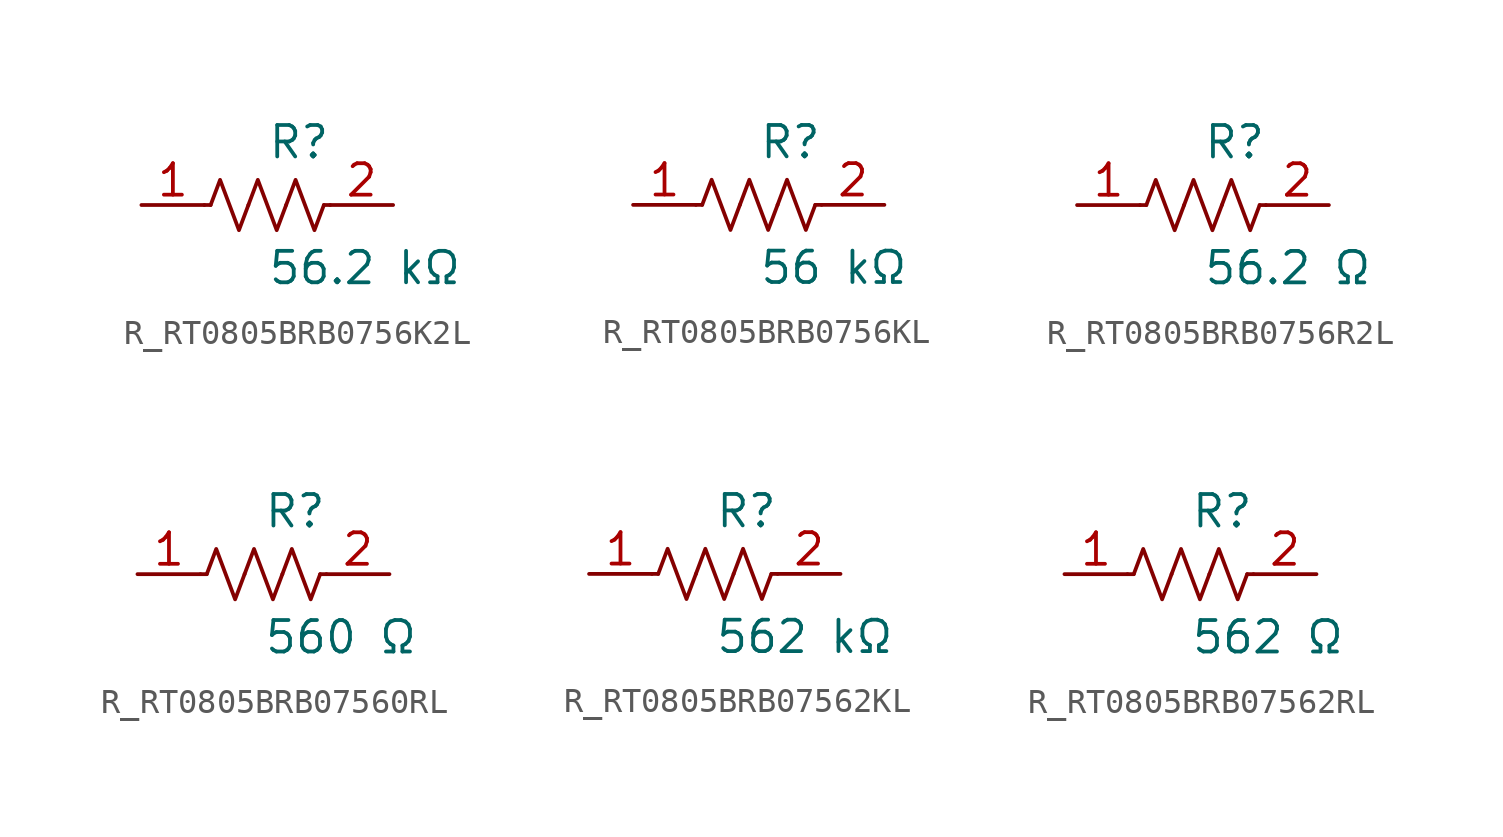
<source format=kicad_sym>
(kicad_symbol_lib
  (version 20231120)
  (generator kicad_symbol_editor)
  (generator_version 8.0)
  (symbol "R_RT0805BRB0756K2L"
    (pin_names
      (offset 0.254))
    (property "Reference" "R"
      (at 0 2.54 0)
      (effects (font (size 1.27 1.27)) (justify left)))
    (property "Value" "56.2 kΩ"
      (at 0 -2.54 0)
      (effects (font (size 1.27 1.27)) (justify left)))
    (symbol "R_RT0805BRB0756K2L_0_1"
      (polyline (pts (xy 2.286 0) (xy 2.54 0)) (stroke (width 0) (type default)) (fill (type none)))
      (polyline (pts (xy -2.286 0) (xy -2.54 0)) (stroke (width 0) (type default)) (fill (type none)))
      (polyline (pts (xy 0.762 0) (xy 1.143 1.016) (xy 1.524 0) (xy 1.905 -1.016) (xy 2.286 0)) (stroke (width 0) (type default)) (fill (type none)))
      (polyline (pts (xy -0.762 0) (xy -0.381 1.016) (xy 0 0) (xy 0.381 -1.016) (xy 0.762 0)) (stroke (width 0) (type default)) (fill (type none)))
      (polyline (pts (xy -2.286 0) (xy -1.905 1.016) (xy -1.524 0) (xy -1.143 -1.016) (xy -0.762 0)) (stroke (width 0) (type default)) (fill (type none))))
    (pin unspecified line
      (at -5.08 0 0)
      (length 2.54)
      (name "" (effects (font (size 1.27 1.27))))
      (number "1" (effects (font (size 1.27 1.27)))))
    (pin unspecified line
      (at 5.08 0 180)
      (length 2.54)
      (name "" (effects (font (size 1.27 1.27))))
      (number "2" (effects (font (size 1.27 1.27))))))
  (symbol "R_RT0805BRB0756KL"
    (pin_names
      (offset 0.254))
    (property "Reference" "R"
      (at 0 2.54 0)
      (effects (font (size 1.27 1.27)) (justify left)))
    (property "Value" "56 kΩ"
      (at 0 -2.54 0)
      (effects (font (size 1.27 1.27)) (justify left)))
    (symbol "R_RT0805BRB0756KL_0_1"
      (polyline (pts (xy 2.286 0) (xy 2.54 0)) (stroke (width 0) (type default)) (fill (type none)))
      (polyline (pts (xy -2.286 0) (xy -2.54 0)) (stroke (width 0) (type default)) (fill (type none)))
      (polyline (pts (xy 0.762 0) (xy 1.143 1.016) (xy 1.524 0) (xy 1.905 -1.016) (xy 2.286 0)) (stroke (width 0) (type default)) (fill (type none)))
      (polyline (pts (xy -0.762 0) (xy -0.381 1.016) (xy 0 0) (xy 0.381 -1.016) (xy 0.762 0)) (stroke (width 0) (type default)) (fill (type none)))
      (polyline (pts (xy -2.286 0) (xy -1.905 1.016) (xy -1.524 0) (xy -1.143 -1.016) (xy -0.762 0)) (stroke (width 0) (type default)) (fill (type none))))
    (pin unspecified line
      (at -5.08 0 0)
      (length 2.54)
      (name "" (effects (font (size 1.27 1.27))))
      (number "1" (effects (font (size 1.27 1.27)))))
    (pin unspecified line
      (at 5.08 0 180)
      (length 2.54)
      (name "" (effects (font (size 1.27 1.27))))
      (number "2" (effects (font (size 1.27 1.27))))))
  (symbol "R_RT0805BRB0756R2L"
    (pin_names
      (offset 0.254))
    (property "Reference" "R"
      (at 0 2.54 0)
      (effects (font (size 1.27 1.27)) (justify left)))
    (property "Value" "56.2 Ω"
      (at 0 -2.54 0)
      (effects (font (size 1.27 1.27)) (justify left)))
    (symbol "R_RT0805BRB0756R2L_0_1"
      (polyline (pts (xy 2.286 0) (xy 2.54 0)) (stroke (width 0) (type default)) (fill (type none)))
      (polyline (pts (xy -2.286 0) (xy -2.54 0)) (stroke (width 0) (type default)) (fill (type none)))
      (polyline (pts (xy 0.762 0) (xy 1.143 1.016) (xy 1.524 0) (xy 1.905 -1.016) (xy 2.286 0)) (stroke (width 0) (type default)) (fill (type none)))
      (polyline (pts (xy -0.762 0) (xy -0.381 1.016) (xy 0 0) (xy 0.381 -1.016) (xy 0.762 0)) (stroke (width 0) (type default)) (fill (type none)))
      (polyline (pts (xy -2.286 0) (xy -1.905 1.016) (xy -1.524 0) (xy -1.143 -1.016) (xy -0.762 0)) (stroke (width 0) (type default)) (fill (type none))))
    (pin unspecified line
      (at -5.08 0 0)
      (length 2.54)
      (name "" (effects (font (size 1.27 1.27))))
      (number "1" (effects (font (size 1.27 1.27)))))
    (pin unspecified line
      (at 5.08 0 180)
      (length 2.54)
      (name "" (effects (font (size 1.27 1.27))))
      (number "2" (effects (font (size 1.27 1.27))))))
  (symbol "R_RT0805BRB07560RL"
    (pin_names
      (offset 0.254))
    (property "Reference" "R"
      (at 0 2.54 0)
      (effects (font (size 1.27 1.27)) (justify left)))
    (property "Value" "560 Ω"
      (at 0 -2.54 0)
      (effects (font (size 1.27 1.27)) (justify left)))
    (symbol "R_RT0805BRB07560RL_0_1"
      (polyline (pts (xy 2.286 0) (xy 2.54 0)) (stroke (width 0) (type default)) (fill (type none)))
      (polyline (pts (xy -2.286 0) (xy -2.54 0)) (stroke (width 0) (type default)) (fill (type none)))
      (polyline (pts (xy 0.762 0) (xy 1.143 1.016) (xy 1.524 0) (xy 1.905 -1.016) (xy 2.286 0)) (stroke (width 0) (type default)) (fill (type none)))
      (polyline (pts (xy -0.762 0) (xy -0.381 1.016) (xy 0 0) (xy 0.381 -1.016) (xy 0.762 0)) (stroke (width 0) (type default)) (fill (type none)))
      (polyline (pts (xy -2.286 0) (xy -1.905 1.016) (xy -1.524 0) (xy -1.143 -1.016) (xy -0.762 0)) (stroke (width 0) (type default)) (fill (type none))))
    (pin unspecified line
      (at -5.08 0 0)
      (length 2.54)
      (name "" (effects (font (size 1.27 1.27))))
      (number "1" (effects (font (size 1.27 1.27)))))
    (pin unspecified line
      (at 5.08 0 180)
      (length 2.54)
      (name "" (effects (font (size 1.27 1.27))))
      (number "2" (effects (font (size 1.27 1.27))))))
  (symbol "R_RT0805BRB07562KL"
    (pin_names
      (offset 0.254))
    (property "Reference" "R"
      (at 0 2.54 0)
      (effects (font (size 1.27 1.27)) (justify left)))
    (property "Value" "562 kΩ"
      (at 0 -2.54 0)
      (effects (font (size 1.27 1.27)) (justify left)))
    (symbol "R_RT0805BRB07562KL_0_1"
      (polyline (pts (xy 2.286 0) (xy 2.54 0)) (stroke (width 0) (type default)) (fill (type none)))
      (polyline (pts (xy -2.286 0) (xy -2.54 0)) (stroke (width 0) (type default)) (fill (type none)))
      (polyline (pts (xy 0.762 0) (xy 1.143 1.016) (xy 1.524 0) (xy 1.905 -1.016) (xy 2.286 0)) (stroke (width 0) (type default)) (fill (type none)))
      (polyline (pts (xy -0.762 0) (xy -0.381 1.016) (xy 0 0) (xy 0.381 -1.016) (xy 0.762 0)) (stroke (width 0) (type default)) (fill (type none)))
      (polyline (pts (xy -2.286 0) (xy -1.905 1.016) (xy -1.524 0) (xy -1.143 -1.016) (xy -0.762 0)) (stroke (width 0) (type default)) (fill (type none))))
    (pin unspecified line
      (at -5.08 0 0)
      (length 2.54)
      (name "" (effects (font (size 1.27 1.27))))
      (number "1" (effects (font (size 1.27 1.27)))))
    (pin unspecified line
      (at 5.08 0 180)
      (length 2.54)
      (name "" (effects (font (size 1.27 1.27))))
      (number "2" (effects (font (size 1.27 1.27))))))
  (symbol "R_RT0805BRB07562RL"
    (pin_names
      (offset 0.254))
    (property "Reference" "R"
      (at 0 2.54 0)
      (effects (font (size 1.27 1.27)) (justify left)))
    (property "Value" "562 Ω"
      (at 0 -2.54 0)
      (effects (font (size 1.27 1.27)) (justify left)))
    (symbol "R_RT0805BRB07562RL_0_1"
      (polyline (pts (xy 2.286 0) (xy 2.54 0)) (stroke (width 0) (type default)) (fill (type none)))
      (polyline (pts (xy -2.286 0) (xy -2.54 0)) (stroke (width 0) (type default)) (fill (type none)))
      (polyline (pts (xy 0.762 0) (xy 1.143 1.016) (xy 1.524 0) (xy 1.905 -1.016) (xy 2.286 0)) (stroke (width 0) (type default)) (fill (type none)))
      (polyline (pts (xy -0.762 0) (xy -0.381 1.016) (xy 0 0) (xy 0.381 -1.016) (xy 0.762 0)) (stroke (width 0) (type default)) (fill (type none)))
      (polyline (pts (xy -2.286 0) (xy -1.905 1.016) (xy -1.524 0) (xy -1.143 -1.016) (xy -0.762 0)) (stroke (width 0) (type default)) (fill (type none))))
    (pin unspecified line
      (at -5.08 0 0)
      (length 2.54)
      (name "" (effects (font (size 1.27 1.27))))
      (number "1" (effects (font (size 1.27 1.27)))))
    (pin unspecified line
      (at 5.08 0 180)
      (length 2.54)
      (name "" (effects (font (size 1.27 1.27))))
      (number "2" (effects (font (size 1.27 1.27)))))))
</source>
